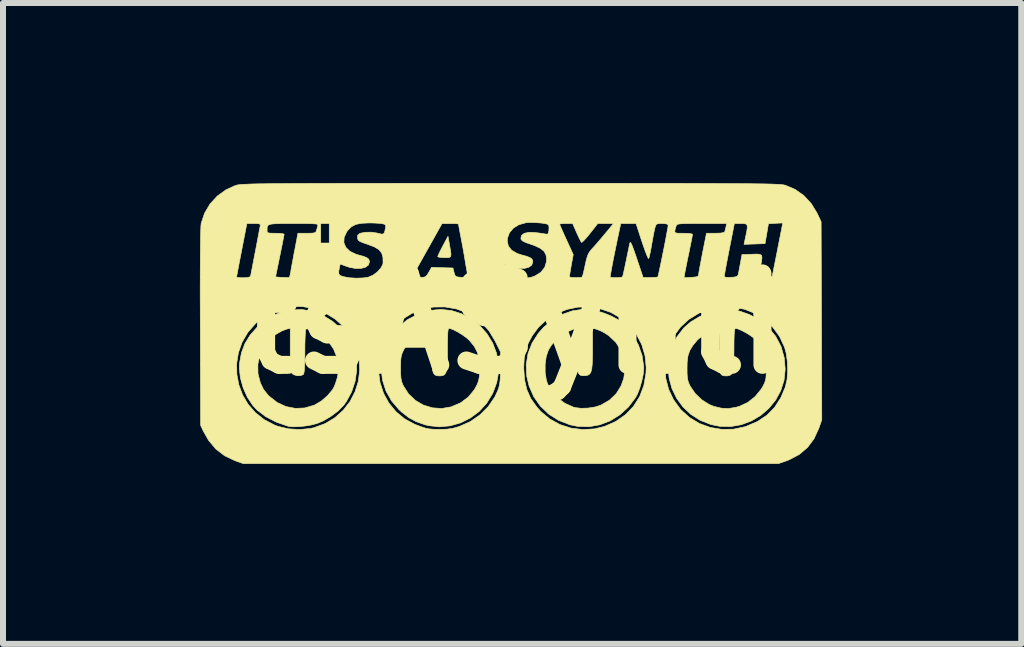
<source format=kicad_pcb>
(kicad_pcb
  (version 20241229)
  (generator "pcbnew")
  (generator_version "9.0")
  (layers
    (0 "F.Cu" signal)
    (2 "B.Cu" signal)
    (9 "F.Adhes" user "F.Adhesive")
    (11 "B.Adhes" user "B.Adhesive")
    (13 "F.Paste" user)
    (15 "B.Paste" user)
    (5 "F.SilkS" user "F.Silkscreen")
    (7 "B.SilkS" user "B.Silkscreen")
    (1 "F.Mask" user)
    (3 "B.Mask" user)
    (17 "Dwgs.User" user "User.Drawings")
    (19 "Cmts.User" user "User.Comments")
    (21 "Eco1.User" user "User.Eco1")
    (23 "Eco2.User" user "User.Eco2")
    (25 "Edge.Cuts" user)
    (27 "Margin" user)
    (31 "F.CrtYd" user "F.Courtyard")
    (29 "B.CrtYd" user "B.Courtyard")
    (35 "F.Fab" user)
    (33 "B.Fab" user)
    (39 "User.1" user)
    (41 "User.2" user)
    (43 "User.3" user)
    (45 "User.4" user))
  (footprint "ItsASynth"
    (layer "F.Cu")
    (at 5.486 2.342)
    (property "Reference" "ItsASynth" (at 0 0 0) (layer "F.SilkS") (effects (font (size 1.524 1.524) (thickness 0.3))))
    (attr through_hole)
    (fp_poly (pts (xy -1.043 -1.311) (xy -1.027 -1.216) (xy -1.019 -1.154) (xy -1.023 -1.119) (xy -1.042 -1.102) (xy -1.077 -1.097) (xy -1.128 -1.097) (xy -1.189 -1.1) (xy -1.23 -1.108) (xy -1.24 -1.116) (xy -1.23 -1.141) (xy -1.206 -1.193) (xy -1.171 -1.261) (xy -1.154 -1.294) (xy -1.068 -1.453) (xy -1.043 -1.311)) (stroke (width 0.01) (type solid)) (fill yes) (layer "F.SilkS"))
    (fp_poly (pts (xy 1.299 -0.232) (xy 1.413 -0.21) (xy 1.538 -0.171) (xy 1.658 -0.122) (xy 1.753 -0.07) (xy 1.893 0.046) (xy 2.012 0.191) (xy 2.105 0.357) (xy 2.167 0.535) (xy 2.194 0.719) (xy 2.195 0.758) (xy 2.185 0.851) (xy 2.161 0.964) (xy 2.127 1.08) (xy 2.087 1.182) (xy 2.058 1.235) (xy 1.938 1.394) (xy 1.795 1.523) (xy 1.635 1.623) (xy 1.461 1.689) (xy 1.28 1.721) (xy 1.096 1.716) (xy 0.965 1.689) (xy 0.775 1.615) (xy 0.609 1.51) (xy 0.47 1.376) (xy 0.36 1.219) (xy 0.282 1.039) (xy 0.245 0.882) (xy 0.235 0.69) (xy 0.237 0.679) (xy 0.551 0.679) (xy 0.551 0.813) (xy 0.57 0.938) (xy 0.588 0.998) (xy 0.656 1.125) (xy 0.756 1.238) (xy 0.879 1.33) (xy 1.017 1.392) (xy 1.051 1.402) (xy 1.15 1.414) (xy 1.267 1.41) (xy 1.383 1.392) (xy 1.478 1.362) (xy 1.623 1.278) (xy 1.736 1.17) (xy 1.818 1.037) (xy 1.862 0.911) (xy 1.883 0.75) (xy 1.867 0.592) (xy 1.814 0.445) (xy 1.728 0.313) (xy 1.611 0.203) (xy 1.54 0.156) (xy 1.475 0.123) (xy 1.416 0.099) (xy 1.397 0.093) (xy 1.341 0.081) (xy 1.341 0.421) (xy 1.34 0.566) (xy 1.336 0.676) (xy 1.328 0.755) (xy 1.314 0.809) (xy 1.294 0.842) (xy 1.265 0.861) (xy 1.226 0.869) (xy 1.216 0.87) (xy 1.17 0.871) (xy 1.136 0.861) (xy 1.111 0.837) (xy 1.095 0.793) (xy 1.084 0.725) (xy 1.079 0.627) (xy 1.077 0.496) (xy 1.077 0.431) (xy 1.077 0.079) (xy 1.031 0.092) (xy 0.889 0.153) (xy 0.76 0.245) (xy 0.656 0.361) (xy 0.604 0.446) (xy 0.569 0.551) (xy 0.551 0.679) (xy 0.237 0.679) (xy 0.265 0.503) (xy 0.333 0.326) (xy 0.439 0.161) (xy 0.528 0.061) (xy 0.671 -0.059) (xy 0.832 -0.15) (xy 1.002 -0.21) (xy 1.174 -0.236) (xy 1.299 -0.232)) (stroke (width 0.01) (type solid)) (fill yes) (layer "F.SilkS"))
    (fp_poly (pts (xy -1.008 -0.215) (xy -0.839 -0.161) (xy -0.681 -0.077) (xy -0.54 0.034) (xy -0.42 0.169) (xy -0.325 0.323) (xy -0.26 0.494) (xy -0.229 0.673) (xy -0.229 0.833) (xy -0.256 0.984) (xy -0.313 1.14) (xy -0.327 1.171) (xy -0.423 1.329) (xy -0.547 1.465) (xy -0.694 1.574) (xy -0.857 1.656) (xy -1.032 1.706) (xy -1.213 1.723) (xy -1.392 1.703) (xy -1.453 1.688) (xy -1.599 1.636) (xy -1.722 1.57) (xy -1.837 1.48) (xy -1.882 1.439) (xy -2.01 1.29) (xy -2.103 1.124) (xy -2.16 0.946) (xy -2.182 0.762) (xy -2.18 0.742) (xy -1.859 0.742) (xy -1.858 0.843) (xy -1.852 0.916) (xy -1.84 0.972) (xy -1.82 1.024) (xy -1.812 1.04) (xy -1.725 1.175) (xy -1.611 1.283) (xy -1.477 1.361) (xy -1.328 1.406) (xy -1.172 1.417) (xy -1.017 1.39) (xy -0.861 1.324) (xy -0.73 1.227) (xy -0.627 1.101) (xy -0.582 1.017) (xy -0.559 0.955) (xy -0.546 0.886) (xy -0.54 0.796) (xy -0.54 0.742) (xy -0.549 0.6) (xy -0.578 0.483) (xy -0.631 0.381) (xy -0.709 0.285) (xy -0.761 0.238) (xy -0.83 0.188) (xy -0.906 0.142) (xy -0.977 0.105) (xy -1.032 0.084) (xy -1.049 0.081) (xy -1.059 0.088) (xy -1.067 0.111) (xy -1.072 0.156) (xy -1.075 0.228) (xy -1.077 0.332) (xy -1.077 0.432) (xy -1.078 0.578) (xy -1.082 0.687) (xy -1.09 0.766) (xy -1.104 0.819) (xy -1.125 0.852) (xy -1.155 0.868) (xy -1.195 0.874) (xy -1.209 0.874) (xy -1.252 0.871) (xy -1.285 0.858) (xy -1.309 0.831) (xy -1.325 0.785) (xy -1.334 0.715) (xy -1.339 0.615) (xy -1.341 0.482) (xy -1.341 0.431) (xy -1.341 0.079) (xy -1.387 0.092) (xy -1.525 0.153) (xy -1.651 0.244) (xy -1.756 0.358) (xy -1.804 0.434) (xy -1.83 0.488) (xy -1.846 0.537) (xy -1.855 0.595) (xy -1.859 0.672) (xy -1.859 0.742) (xy -2.18 0.742) (xy -2.167 0.576) (xy -2.114 0.393) (xy -2.024 0.219) (xy -2.018 0.208) (xy -1.893 0.056) (xy -1.741 -0.066) (xy -1.564 -0.158) (xy -1.366 -0.218) (xy -1.186 -0.235) (xy -1.008 -0.215)) (stroke (width 0.01) (type solid)) (fill yes) (layer "F.SilkS"))
    (fp_poly (pts (xy -3.33 -0.204) (xy -3.158 -0.138) (xy -2.996 -0.038) (xy -2.881 0.062) (xy -2.756 0.207) (xy -2.668 0.361) (xy -2.612 0.532) (xy -2.6 0.593) (xy -2.59 0.774) (xy -2.615 0.958) (xy -2.674 1.138) (xy -2.763 1.303) (xy -2.808 1.364) (xy -2.899 1.457) (xy -3.017 1.546) (xy -3.145 1.622) (xy -3.251 1.667) (xy -3.338 1.69) (xy -3.441 1.708) (xy -3.548 1.719) (xy -3.644 1.722) (xy -3.718 1.716) (xy -3.729 1.714) (xy -3.932 1.644) (xy -4.107 1.553) (xy -4.251 1.443) (xy -4.324 1.364) (xy -4.414 1.227) (xy -4.484 1.07) (xy -4.529 0.906) (xy -4.547 0.746) (xy -4.544 0.68) (xy -4.238 0.68) (xy -4.236 0.83) (xy -4.23 0.862) (xy -4.195 0.992) (xy -4.144 1.098) (xy -4.07 1.192) (xy -4.046 1.215) (xy -3.914 1.318) (xy -3.768 1.385) (xy -3.613 1.415) (xy -3.456 1.408) (xy -3.3 1.362) (xy -3.285 1.355) (xy -3.178 1.291) (xy -3.077 1.204) (xy -2.997 1.108) (xy -2.969 1.061) (xy -2.943 0.997) (xy -2.917 0.914) (xy -2.904 0.86) (xy -2.893 0.713) (xy -2.919 0.565) (xy -2.977 0.424) (xy -3.064 0.298) (xy -3.176 0.195) (xy -3.18 0.192) (xy -3.258 0.145) (xy -3.333 0.109) (xy -3.396 0.091) (xy -3.435 0.092) (xy -3.437 0.093) (xy -3.443 0.116) (xy -3.447 0.173) (xy -3.451 0.257) (xy -3.454 0.361) (xy -3.454 0.464) (xy -3.455 0.612) (xy -3.459 0.722) (xy -3.465 0.797) (xy -3.473 0.839) (xy -3.479 0.849) (xy -3.524 0.87) (xy -3.585 0.871) (xy -3.642 0.853) (xy -3.661 0.84) (xy -3.674 0.824) (xy -3.684 0.801) (xy -3.691 0.764) (xy -3.695 0.708) (xy -3.697 0.626) (xy -3.698 0.513) (xy -3.698 0.444) (xy -3.698 0.081) (xy -3.754 0.093) (xy -3.834 0.123) (xy -3.924 0.173) (xy -4.008 0.234) (xy -4.042 0.266) (xy -4.138 0.388) (xy -4.205 0.529) (xy -4.238 0.68) (xy -4.544 0.68) (xy -4.543 0.66) (xy -4.511 0.487) (xy -4.454 0.335) (xy -4.367 0.194) (xy -4.244 0.055) (xy -4.238 0.05) (xy -4.11 -0.06) (xy -3.977 -0.14) (xy -3.825 -0.195) (xy -3.683 -0.225) (xy -3.507 -0.233) (xy -3.33 -0.204)) (stroke (width 0.01) (type solid)) (fill yes) (layer "F.SilkS"))
    (fp_poly (pts (xy 3.795 -0.206) (xy 3.955 -0.149) (xy 4.106 -0.069) (xy 4.238 0.031) (xy 4.267 0.059) (xy 4.394 0.214) (xy 4.483 0.384) (xy 4.536 0.571) (xy 4.552 0.762) (xy 4.533 0.947) (xy 4.478 1.12) (xy 4.393 1.277) (xy 4.28 1.415) (xy 4.145 1.532) (xy 3.992 1.623) (xy 3.825 1.686) (xy 3.648 1.718) (xy 3.465 1.715) (xy 3.316 1.685) (xy 3.135 1.614) (xy 2.978 1.514) (xy 2.847 1.39) (xy 2.742 1.246) (xy 2.665 1.086) (xy 2.618 0.917) (xy 2.601 0.742) (xy 2.916 0.742) (xy 2.917 0.84) (xy 2.922 0.909) (xy 2.933 0.962) (xy 2.952 1.011) (xy 2.971 1.049) (xy 3.054 1.169) (xy 3.163 1.273) (xy 3.287 1.351) (xy 3.36 1.381) (xy 3.489 1.412) (xy 3.605 1.418) (xy 3.726 1.398) (xy 3.786 1.382) (xy 3.927 1.317) (xy 4.051 1.219) (xy 4.154 1.092) (xy 4.177 1.054) (xy 4.205 1) (xy 4.222 0.953) (xy 4.232 0.9) (xy 4.236 0.83) (xy 4.237 0.742) (xy 4.236 0.647) (xy 4.232 0.58) (xy 4.222 0.53) (xy 4.203 0.484) (xy 4.174 0.429) (xy 4.17 0.423) (xy 4.122 0.35) (xy 4.066 0.28) (xy 4.029 0.243) (xy 3.973 0.201) (xy 3.902 0.157) (xy 3.828 0.118) (xy 3.764 0.091) (xy 3.724 0.081) (xy 3.714 0.091) (xy 3.707 0.124) (xy 3.702 0.184) (xy 3.699 0.274) (xy 3.698 0.401) (xy 3.698 0.432) (xy 3.697 0.578) (xy 3.693 0.688) (xy 3.685 0.767) (xy 3.672 0.82) (xy 3.65 0.852) (xy 3.621 0.868) (xy 3.581 0.874) (xy 3.569 0.874) (xy 3.531 0.872) (xy 3.502 0.864) (xy 3.482 0.844) (xy 3.468 0.807) (xy 3.46 0.748) (xy 3.456 0.662) (xy 3.455 0.543) (xy 3.454 0.453) (xy 3.454 0.317) (xy 3.452 0.217) (xy 3.448 0.148) (xy 3.443 0.106) (xy 3.435 0.085) (xy 3.427 0.081) (xy 3.38 0.093) (xy 3.313 0.124) (xy 3.237 0.167) (xy 3.163 0.215) (xy 3.102 0.263) (xy 3.081 0.284) (xy 3.008 0.373) (xy 2.96 0.454) (xy 2.931 0.541) (xy 2.918 0.646) (xy 2.916 0.742) (xy 2.601 0.742) (xy 2.601 0.741) (xy 2.616 0.564) (xy 2.664 0.39) (xy 2.747 0.224) (xy 2.862 0.074) (xy 2.978 -0.027) (xy 3.122 -0.114) (xy 3.282 -0.183) (xy 3.446 -0.227) (xy 3.487 -0.233) (xy 3.635 -0.235) (xy 3.795 -0.206)) (stroke (width 0.01) (type solid)) (fill yes) (layer "F.SilkS"))
    (fp_poly (pts (xy 0.941 -2.337) (xy 1.371 -2.337) (xy 1.764 -2.337) (xy 2.124 -2.336) (xy 2.45 -2.336) (xy 2.746 -2.336) (xy 3.012 -2.335) (xy 3.251 -2.334) (xy 3.463 -2.333) (xy 3.65 -2.332) (xy 3.814 -2.331) (xy 3.957 -2.33) (xy 4.08 -2.328) (xy 4.184 -2.327) (xy 4.272 -2.325) (xy 4.345 -2.323) (xy 4.404 -2.32) (xy 4.451 -2.318) (xy 4.488 -2.315) (xy 4.516 -2.312) (xy 4.537 -2.308) (xy 4.552 -2.305) (xy 4.552 -2.305) (xy 4.716 -2.236) (xy 4.862 -2.133) (xy 4.986 -1.999) (xy 5.084 -1.839) (xy 5.087 -1.832) (xy 5.151 -1.697) (xy 5.157 -0.045) (xy 5.162 1.606) (xy 5.113 1.747) (xy 5.033 1.921) (xy 4.924 2.067) (xy 4.786 2.184) (xy 4.619 2.272) (xy 4.576 2.288) (xy 4.44 2.336) (xy -4.481 2.336) (xy -4.617 2.288) (xy -4.79 2.206) (xy -4.937 2.094) (xy -5.059 1.949) (xy -5.145 1.797) (xy -5.192 1.697) (xy -5.195 0.666) (xy -4.591 0.666) (xy -4.588 0.847) (xy -4.555 1.024) (xy -4.492 1.192) (xy -4.4 1.348) (xy -4.279 1.486) (xy -4.132 1.603) (xy -3.959 1.693) (xy -3.901 1.715) (xy -3.726 1.756) (xy -3.539 1.768) (xy -3.356 1.749) (xy -3.303 1.737) (xy -3.117 1.669) (xy -2.954 1.571) (xy -2.815 1.446) (xy -2.702 1.301) (xy -2.618 1.138) (xy -2.563 0.963) (xy -2.542 0.796) (xy -2.227 0.796) (xy -2.201 0.984) (xy -2.143 1.163) (xy -2.054 1.326) (xy -1.936 1.47) (xy -1.793 1.589) (xy -1.625 1.68) (xy -1.591 1.693) (xy -1.504 1.725) (xy -1.439 1.746) (xy -1.381 1.757) (xy -1.317 1.763) (xy -1.23 1.765) (xy -1.203 1.765) (xy -1.087 1.762) (xy -0.986 1.747) (xy -0.878 1.716) (xy -0.698 1.636) (xy -0.536 1.524) (xy -0.398 1.386) (xy -0.289 1.226) (xy -0.241 1.124) (xy -0.221 1.068) (xy -0.208 1.013) (xy -0.2 0.949) (xy -0.195 0.866) (xy -0.194 0.753) (xy -0.194 0.74) (xy -0.194 0.732) (xy 0.194 0.732) (xy 0.194 0.742) (xy 0.207 0.934) (xy 0.245 1.1) (xy 0.311 1.25) (xy 0.41 1.39) (xy 0.482 1.47) (xy 0.63 1.593) (xy 0.799 1.685) (xy 0.983 1.744) (xy 1.176 1.768) (xy 1.371 1.757) (xy 1.54 1.716) (xy 1.728 1.633) (xy 1.89 1.52) (xy 2.024 1.38) (xy 2.127 1.217) (xy 2.196 1.034) (xy 2.231 0.833) (xy 2.235 0.739) (xy 2.235 0.732) (xy 2.549 0.732) (xy 2.562 0.916) (xy 2.609 1.097) (xy 2.69 1.269) (xy 2.806 1.429) (xy 2.813 1.437) (xy 2.957 1.567) (xy 3.122 1.667) (xy 3.304 1.733) (xy 3.495 1.765) (xy 3.69 1.762) (xy 3.883 1.721) (xy 3.898 1.716) (xy 4.087 1.635) (xy 4.246 1.53) (xy 4.376 1.398) (xy 4.48 1.235) (xy 4.554 1.06) (xy 4.583 0.936) (xy 4.594 0.791) (xy 4.589 0.638) (xy 4.568 0.493) (xy 4.542 0.397) (xy 4.458 0.217) (xy 4.345 0.062) (xy 4.208 -0.066) (xy 4.051 -0.166) (xy 3.879 -0.236) (xy 3.695 -0.273) (xy 3.505 -0.277) (xy 3.313 -0.245) (xy 3.124 -0.176) (xy 3.112 -0.17) (xy 2.946 -0.068) (xy 2.807 0.06) (xy 2.697 0.209) (xy 2.617 0.374) (xy 2.567 0.55) (xy 2.549 0.732) (xy 2.235 0.732) (xy 2.216 0.538) (xy 2.161 0.351) (xy 2.073 0.182) (xy 1.956 0.034) (xy 1.812 -0.089) (xy 1.645 -0.185) (xy 1.458 -0.249) (xy 1.295 -0.275) (xy 1.104 -0.273) (xy 0.916 -0.235) (xy 0.738 -0.164) (xy 0.577 -0.063) (xy 0.439 0.064) (xy 0.339 0.199) (xy 0.27 0.328) (xy 0.225 0.45) (xy 0.202 0.58) (xy 0.194 0.732) (xy -0.194 0.732) (xy -0.193 0.474) (xy -0.281 0.297) (xy -0.385 0.123) (xy -0.509 -0.017) (xy -0.657 -0.128) (xy -0.742 -0.173) (xy -0.93 -0.243) (xy -1.121 -0.276) (xy -1.311 -0.274) (xy -1.494 -0.238) (xy -1.667 -0.17) (xy -1.825 -0.073) (xy -1.963 0.051) (xy -2.077 0.202) (xy -2.161 0.377) (xy -2.172 0.406) (xy -2.218 0.602) (xy -2.227 0.796) (xy -2.542 0.796) (xy -2.54 0.78) (xy -2.551 0.593) (xy -2.596 0.407) (xy -2.679 0.226) (xy -2.692 0.205) (xy -2.806 0.054) (xy -2.949 -0.073) (xy -3.114 -0.174) (xy -3.294 -0.244) (xy -3.482 -0.28) (xy -3.566 -0.284) (xy -3.744 -0.266) (xy -3.924 -0.215) (xy -4.093 -0.135) (xy -4.241 -0.032) (xy -4.273 -0.003) (xy -4.404 0.147) (xy -4.5 0.312) (xy -4.562 0.486) (xy -4.591 0.666) (xy -5.195 0.666) (xy -5.197 0.061) (xy -5.198 -0.271) (xy -5.199 -0.57) (xy -5.198 -0.772) (xy -4.593 -0.772) (xy -4.574 -0.767) (xy -4.526 -0.763) (xy -4.48 -0.762) (xy -4.409 -0.766) (xy -4.371 -0.777) (xy -4.36 -0.792) (xy -4.353 -0.821) (xy -4.341 -0.883) (xy -4.324 -0.972) (xy -4.303 -1.08) (xy -4.28 -1.201) (xy -4.278 -1.209) (xy -4.255 -1.331) (xy -4.234 -1.441) (xy -4.217 -1.532) (xy -4.211 -1.563) (xy -4.084 -1.563) (xy -4.084 -1.553) (xy -4.082 -1.527) (xy -4.069 -1.512) (xy -4.037 -1.506) (xy -3.977 -1.504) (xy -3.942 -1.504) (xy -3.872 -1.502) (xy -3.821 -1.496) (xy -3.8 -1.489) (xy -3.8 -1.488) (xy -3.804 -1.464) (xy -3.815 -1.407) (xy -3.831 -1.324) (xy -3.852 -1.221) (xy -3.871 -1.128) (xy -3.894 -1.015) (xy -3.914 -0.917) (xy -3.93 -0.841) (xy -3.939 -0.793) (xy -3.942 -0.778) (xy -3.924 -0.775) (xy -3.88 -0.771) (xy -3.822 -0.768) (xy -3.767 -0.766) (xy -3.727 -0.765) (xy -3.716 -0.767) (xy -3.706 -0.788) (xy -3.694 -0.835) (xy -3.69 -0.858) (xy -3.688 -0.874) (xy -2.889 -0.874) (xy -2.889 -0.829) (xy -2.871 -0.803) (xy -2.831 -0.786) (xy -2.814 -0.781) (xy -2.714 -0.762) (xy -2.597 -0.755) (xy -2.483 -0.759) (xy -2.394 -0.773) (xy -2.373 -0.782) (xy -1.663 -0.782) (xy -1.558 -0.772) (xy -1.492 -0.768) (xy -1.45 -0.777) (xy -1.417 -0.807) (xy -1.382 -0.865) (xy -1.377 -0.873) (xy -1.342 -0.936) (xy -1.164 -0.93) (xy -0.986 -0.925) (xy -0.967 -0.85) (xy -0.954 -0.807) (xy -0.936 -0.784) (xy -0.9 -0.774) (xy -0.839 -0.769) (xy -0.776 -0.766) (xy -0.745 -0.771) (xy -0.737 -0.785) (xy -0.739 -0.803) (xy -0.743 -0.82) (xy -0.169 -0.82) (xy -0.154 -0.804) (xy -0.108 -0.787) (xy -0.038 -0.772) (xy 0.045 -0.761) (xy 0.134 -0.754) (xy 0.136 -0.754) (xy 0.238 -0.756) (xy 0.319 -0.77) (xy 0.38 -0.792) (xy 0.479 -0.853) (xy 0.544 -0.935) (xy 0.574 -1.035) (xy 0.576 -1.069) (xy 0.565 -1.144) (xy 0.532 -1.204) (xy 0.469 -1.254) (xy 0.373 -1.299) (xy 0.31 -1.321) (xy 0.228 -1.349) (xy 0.179 -1.373) (xy 0.154 -1.395) (xy 0.146 -1.416) (xy 0.156 -1.467) (xy 0.201 -1.502) (xy 0.276 -1.519) (xy 0.371 -1.517) (xy 0.448 -1.508) (xy 0.516 -1.499) (xy 0.551 -1.492) (xy 0.586 -1.488) (xy 0.604 -1.503) (xy 0.613 -1.547) (xy 0.614 -1.558) (xy 0.615 -1.612) (xy 0.606 -1.646) (xy 0.602 -1.65) (xy 0.585 -1.655) (xy 0.792 -1.655) (xy 0.8 -1.634) (xy 0.822 -1.583) (xy 0.855 -1.509) (xy 0.895 -1.419) (xy 0.906 -1.397) (xy 1.019 -1.149) (xy 0.987 -0.973) (xy 0.973 -0.892) (xy 0.962 -0.826) (xy 0.956 -0.786) (xy 0.955 -0.779) (xy 0.973 -0.771) (xy 1.017 -0.766) (xy 1.073 -0.765) (xy 1.126 -0.767) (xy 1.16 -0.772) (xy 1.636 -0.772) (xy 1.658 -0.767) (xy 1.705 -0.765) (xy 1.761 -0.765) (xy 1.811 -0.769) (xy 1.839 -0.775) (xy 1.84 -0.776) (xy 1.847 -0.798) (xy 1.86 -0.853) (xy 1.877 -0.931) (xy 1.897 -1.026) (xy 1.9 -1.038) (xy 1.92 -1.139) (xy 1.939 -1.229) (xy 1.953 -1.299) (xy 1.962 -1.34) (xy 1.962 -1.341) (xy 1.97 -1.351) (xy 1.983 -1.337) (xy 2.003 -1.293) (xy 2.031 -1.218) (xy 2.069 -1.109) (xy 2.079 -1.079) (xy 2.184 -0.767) (xy 2.302 -0.767) (xy 2.367 -0.768) (xy 2.414 -0.772) (xy 2.429 -0.776) (xy 2.435 -0.798) (xy 2.448 -0.852) (xy 2.465 -0.933) (xy 2.486 -1.031) (xy 2.508 -1.141) (xy 2.531 -1.255) (xy 2.553 -1.366) (xy 2.572 -1.467) (xy 2.583 -1.526) (xy 2.711 -1.526) (xy 2.727 -1.509) (xy 2.769 -1.504) (xy 2.844 -1.504) (xy 2.854 -1.504) (xy 2.927 -1.502) (xy 2.981 -1.496) (xy 3.007 -1.488) (xy 3.007 -1.486) (xy 3.003 -1.46) (xy 2.993 -1.403) (xy 2.976 -1.321) (xy 2.956 -1.222) (xy 2.949 -1.186) (xy 2.926 -1.078) (xy 2.906 -0.978) (xy 2.89 -0.896) (xy 2.879 -0.841) (xy 2.878 -0.833) (xy 2.865 -0.762) (xy 2.987 -0.769) (xy 3.057 -0.775) (xy 3.083 -0.782) (xy 3.536 -0.782) (xy 3.554 -0.772) (xy 3.604 -0.768) (xy 3.647 -0.769) (xy 3.714 -0.775) (xy 3.75 -0.787) (xy 3.767 -0.809) (xy 3.77 -0.82) (xy 3.779 -0.862) (xy 3.791 -0.929) (xy 3.806 -1.006) (xy 3.831 -1.148) (xy 3.998 -1.154) (xy 4.077 -1.157) (xy 4.128 -1.153) (xy 4.156 -1.138) (xy 4.165 -1.104) (xy 4.159 -1.044) (xy 4.142 -0.952) (xy 4.136 -0.925) (xy 4.124 -0.853) (xy 4.116 -0.799) (xy 4.115 -0.772) (xy 4.115 -0.771) (xy 4.138 -0.767) (xy 4.187 -0.768) (xy 4.228 -0.771) (xy 4.335 -0.782) (xy 4.41 -1.158) (xy 4.434 -1.282) (xy 4.457 -1.396) (xy 4.476 -1.494) (xy 4.491 -1.566) (xy 4.498 -1.605) (xy 4.511 -1.676) (xy 4.392 -1.67) (xy 4.273 -1.663) (xy 4.245 -1.497) (xy 4.216 -1.331) (xy 4.041 -1.325) (xy 3.866 -1.319) (xy 3.893 -1.447) (xy 3.913 -1.543) (xy 3.921 -1.605) (xy 3.916 -1.642) (xy 3.894 -1.66) (xy 3.854 -1.666) (xy 3.814 -1.666) (xy 3.705 -1.666) (xy 3.62 -1.234) (xy 3.595 -1.107) (xy 3.573 -0.992) (xy 3.555 -0.896) (xy 3.543 -0.826) (xy 3.536 -0.788) (xy 3.536 -0.782) (xy 3.083 -0.782) (xy 3.095 -0.785) (xy 3.108 -0.803) (xy 3.108 -0.81) (xy 3.112 -0.84) (xy 3.123 -0.903) (xy 3.139 -0.991) (xy 3.159 -1.096) (xy 3.174 -1.173) (xy 3.24 -1.504) (xy 3.388 -1.504) (xy 3.478 -1.507) (xy 3.53 -1.517) (xy 3.545 -1.529) (xy 3.555 -1.567) (xy 3.565 -1.61) (xy 3.577 -1.666) (xy 3.162 -1.666) (xy 3.022 -1.666) (xy 2.917 -1.665) (xy 2.843 -1.664) (xy 2.793 -1.66) (xy 2.762 -1.654) (xy 2.745 -1.645) (xy 2.737 -1.633) (xy 2.733 -1.621) (xy 2.716 -1.561) (xy 2.711 -1.526) (xy 2.583 -1.526) (xy 2.588 -1.55) (xy 2.598 -1.609) (xy 2.601 -1.636) (xy 2.59 -1.655) (xy 2.552 -1.664) (xy 2.5 -1.666) (xy 2.44 -1.665) (xy 2.408 -1.655) (xy 2.391 -1.628) (xy 2.38 -1.59) (xy 2.368 -1.537) (xy 2.352 -1.456) (xy 2.335 -1.363) (xy 2.326 -1.311) (xy 2.31 -1.222) (xy 2.295 -1.148) (xy 2.283 -1.098) (xy 2.278 -1.083) (xy 2.267 -1.092) (xy 2.247 -1.135) (xy 2.22 -1.204) (xy 2.188 -1.295) (xy 2.165 -1.362) (xy 2.066 -1.666) (xy 1.811 -1.666) (xy 1.78 -1.519) (xy 1.741 -1.333) (xy 1.707 -1.168) (xy 1.679 -1.027) (xy 1.658 -0.914) (xy 1.643 -0.832) (xy 1.636 -0.784) (xy 1.636 -0.772) (xy 1.16 -0.772) (xy 1.163 -0.773) (xy 1.169 -0.776) (xy 1.177 -0.799) (xy 1.191 -0.852) (xy 1.208 -0.927) (xy 1.218 -0.975) (xy 1.24 -1.072) (xy 1.262 -1.139) (xy 1.287 -1.189) (xy 1.321 -1.232) (xy 1.326 -1.238) (xy 1.381 -1.298) (xy 1.452 -1.38) (xy 1.529 -1.471) (xy 1.604 -1.561) (xy 1.642 -1.608) (xy 1.69 -1.666) (xy 1.428 -1.666) (xy 1.301 -1.504) (xy 1.246 -1.437) (xy 1.2 -1.386) (xy 1.168 -1.356) (xy 1.158 -1.351) (xy 1.143 -1.373) (xy 1.118 -1.423) (xy 1.086 -1.491) (xy 1.076 -1.513) (xy 1.009 -1.666) (xy 0.901 -1.666) (xy 0.841 -1.664) (xy 0.801 -1.66) (xy 0.792 -1.655) (xy 0.585 -1.655) (xy 0.564 -1.662) (xy 0.497 -1.673) (xy 0.416 -1.68) (xy 0.331 -1.683) (xy 0.256 -1.682) (xy 0.229 -1.679) (xy 0.115 -1.647) (xy 0.022 -1.59) (xy -0.044 -1.513) (xy -0.078 -1.42) (xy -0.081 -1.379) (xy -0.063 -1.291) (xy -0.008 -1.221) (xy 0.083 -1.168) (xy 0.152 -1.145) (xy 0.243 -1.12) (xy 0.301 -1.097) (xy 0.332 -1.073) (xy 0.344 -1.043) (xy 0.345 -1.027) (xy 0.328 -0.974) (xy 0.279 -0.937) (xy 0.206 -0.918) (xy 0.115 -0.917) (xy 0.014 -0.935) (xy -0.039 -0.953) (xy -0.14 -0.991) (xy -0.153 -0.912) (xy -0.162 -0.859) (xy -0.169 -0.824) (xy -0.169 -0.82) (xy -0.743 -0.82) (xy -0.747 -0.839) (xy -0.759 -0.905) (xy -0.774 -0.99) (xy -0.783 -1.046) (xy -0.798 -1.137) (xy -0.812 -1.216) (xy -0.822 -1.272) (xy -0.825 -1.29) (xy -0.843 -1.382) (xy -0.86 -1.473) (xy -0.876 -1.554) (xy -0.887 -1.617) (xy -0.893 -1.654) (xy -0.894 -1.658) (xy -0.913 -1.662) (xy -0.961 -1.665) (xy -1.03 -1.665) (xy -1.031 -1.665) (xy -1.168 -1.665) (xy -1.663 -0.782) (xy -2.373 -0.782) (xy -2.318 -0.806) (xy -2.246 -0.859) (xy -2.189 -0.922) (xy -2.155 -0.985) (xy -2.151 -1.009) (xy -2.153 -1.103) (xy -2.174 -1.174) (xy -2.219 -1.23) (xy -2.294 -1.276) (xy -2.404 -1.318) (xy -2.413 -1.321) (xy -2.492 -1.348) (xy -2.54 -1.369) (xy -2.565 -1.389) (xy -2.575 -1.415) (xy -2.577 -1.427) (xy -2.573 -1.473) (xy -2.541 -1.499) (xy -2.53 -1.504) (xy -2.449 -1.52) (xy -2.349 -1.522) (xy -2.248 -1.507) (xy -2.228 -1.502) (xy -2.172 -1.489) (xy -2.142 -1.494) (xy -2.125 -1.526) (xy -2.114 -1.573) (xy -2.105 -1.622) (xy -2.115 -1.647) (xy -2.148 -1.66) (xy -2.151 -1.661) (xy -2.195 -1.668) (xy -2.268 -1.673) (xy -2.354 -1.676) (xy -2.388 -1.676) (xy -2.512 -1.67) (xy -2.606 -1.651) (xy -2.678 -1.613) (xy -2.737 -1.554) (xy -2.758 -1.525) (xy -2.8 -1.434) (xy -2.804 -1.347) (xy -2.771 -1.269) (xy -2.704 -1.203) (xy -2.604 -1.155) (xy -2.571 -1.145) (xy -2.48 -1.12) (xy -2.422 -1.097) (xy -2.391 -1.073) (xy -2.379 -1.043) (xy -2.377 -1.027) (xy -2.395 -0.974) (xy -2.444 -0.937) (xy -2.517 -0.918) (xy -2.608 -0.917) (xy -2.709 -0.935) (xy -2.763 -0.953) (xy -2.865 -0.992) (xy -2.875 -0.948) (xy -2.889 -0.874) (xy -3.688 -0.874) (xy -3.682 -0.91) (xy -3.667 -0.992) (xy -3.648 -1.093) (xy -3.628 -1.203) (xy -3.623 -1.224) (xy -3.57 -1.504) (xy -3.422 -1.504) (xy -3.344 -1.505) (xy -3.298 -1.51) (xy -3.274 -1.522) (xy -3.263 -1.543) (xy -3.263 -1.544) (xy -3.247 -1.6) (xy -3.24 -1.626) (xy -3.237 -1.639) (xy -3.242 -1.649) (xy -3.259 -1.657) (xy -3.293 -1.661) (xy -3.349 -1.664) (xy -3.433 -1.666) (xy -3.548 -1.666) (xy -3.644 -1.666) (xy -3.19 -1.666) (xy -3.19 -1.341) (xy -3.048 -1.341) (xy -3.048 -1.666) (xy -3.19 -1.666) (xy -3.644 -1.666) (xy -3.788 -1.666) (xy -3.897 -1.665) (xy -3.975 -1.661) (xy -4.028 -1.654) (xy -4.06 -1.642) (xy -4.077 -1.624) (xy -4.083 -1.598) (xy -4.084 -1.563) (xy -4.211 -1.563) (xy -4.204 -1.598) (xy -4.198 -1.63) (xy -4.198 -1.631) (xy -4.199 -1.651) (xy -4.218 -1.662) (xy -4.265 -1.666) (xy -4.305 -1.666) (xy -4.421 -1.666) (xy -4.507 -1.224) (xy -4.532 -1.096) (xy -4.554 -0.981) (xy -4.572 -0.886) (xy -4.585 -0.816) (xy -4.592 -0.778) (xy -4.593 -0.772) (xy -5.198 -0.772) (xy -5.198 -0.835) (xy -5.197 -1.066) (xy -5.195 -1.262) (xy -5.193 -1.421) (xy -5.19 -1.543) (xy -5.187 -1.626) (xy -5.183 -1.669) (xy -5.182 -1.671) (xy -5.126 -1.839) (xy -5.036 -1.991) (xy -4.915 -2.123) (xy -4.77 -2.228) (xy -4.62 -2.297) (xy -4.606 -2.302) (xy -4.591 -2.306) (xy -4.572 -2.31) (xy -4.549 -2.313) (xy -4.52 -2.316) (xy -4.482 -2.319) (xy -4.435 -2.321) (xy -4.376 -2.324) (xy -4.305 -2.326) (xy -4.219 -2.328) (xy -4.117 -2.329) (xy -3.997 -2.331) (xy -3.857 -2.332) (xy -3.697 -2.333) (xy -3.514 -2.334) (xy -3.307 -2.335) (xy -3.073 -2.335) (xy -2.813 -2.336) (xy -2.523 -2.336) (xy -2.202 -2.336) (xy -1.849 -2.337) (xy -1.462 -2.337) (xy -1.04 -2.337) (xy -0.58 -2.337) (xy -0.081 -2.337) (xy -0.032 -2.337) (xy 0.474 -2.337) (xy 0.941 -2.337)) (stroke (width 0.01) (type solid)) (fill yes) (layer "F.SilkS")))
  (gr_rect
    (start -3 -3)
    (end 13.973 7.683)
    (stroke (width 0.1) (type default))
    (fill no)
    (layer "Edge.Cuts")))
</source>
